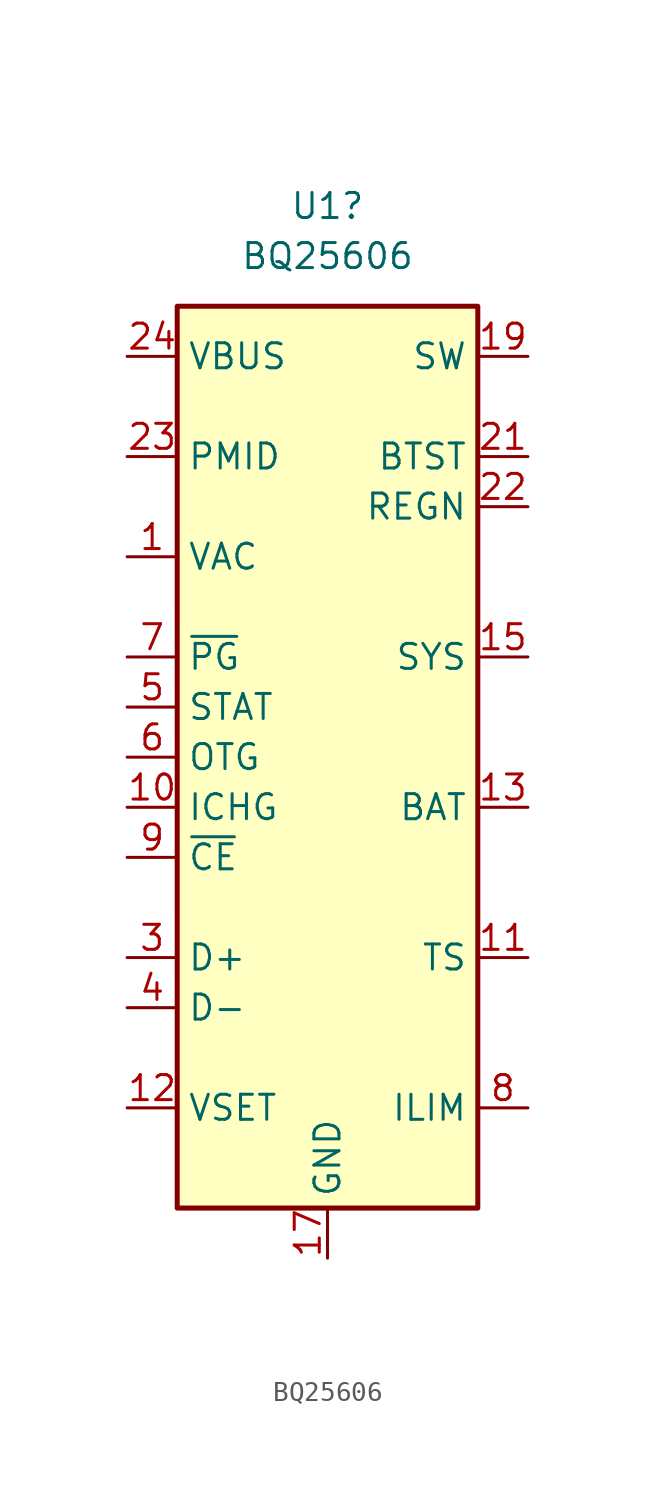
<source format=kicad_sym>
(kicad_symbol_lib
  (version 20231120)
  (generator "kicad_symbol_editor")
  (generator_version "8.0")
  (symbol "BQ25606"
    (property "Reference" "U1"
      (at 0 27.94 0)
      (effects (font (size 1.27 1.27))))
    (property "Value" "BQ25606"
      (at 0 25.4 0)
      (effects (font (size 1.27 1.27))))
    (symbol "BQ25606_0_1"
      (rectangle (start -7.62 22.86) (end 7.62 -22.86) (stroke (width 0.254) (type default)) (fill (type background))))
    (symbol "BQ25606_1_1"
      (pin input line (at -10.16 10.16 0) (length 2.54) (name "VAC" (effects (font (size 1.27 1.27)))) (number "1" (effects (font (size 1.27 1.27)))))
      (pin input line (at -10.16 -2.54 0) (length 2.54) (name "ICHG" (effects (font (size 1.27 1.27)))) (number "10" (effects (font (size 1.27 1.27)))))
      (pin input line (at 10.16 -10.16 180) (length 2.54) (name "TS" (effects (font (size 1.27 1.27)))) (number "11" (effects (font (size 1.27 1.27)))))
      (pin input line (at -10.16 -17.78 0) (length 2.54) (name "VSET" (effects (font (size 1.27 1.27)))) (number "12" (effects (font (size 1.27 1.27)))))
      (pin power_out line (at 10.16 -2.54 180) (length 2.54) (name "BAT" (effects (font (size 1.27 1.27)))) (number "13" (effects (font (size 1.27 1.27)))))
      (pin power_out line (at 10.16 -2.54 180) (length 2.54) hide (name "BAT" (effects (font (size 1.27 1.27)))) (number "14" (effects (font (size 1.27 1.27)))))
      (pin power_out line (at 10.16 5.08 180) (length 2.54) (name "SYS" (effects (font (size 1.27 1.27)))) (number "15" (effects (font (size 1.27 1.27)))))
      (pin power_out line (at 10.16 5.08 180) (length 2.54) hide (name "SYS" (effects (font (size 1.27 1.27)))) (number "16" (effects (font (size 1.27 1.27)))))
      (pin passive line (at 0 -25.4 90) (length 2.54) (name "GND" (effects (font (size 1.27 1.27)))) (number "17" (effects (font (size 1.27 1.27)))))
      (pin passive line (at 0 -25.4 90) (length 2.54) hide (name "GND" (effects (font (size 1.27 1.27)))) (number "18" (effects (font (size 1.27 1.27)))))
      (pin power_out line (at 10.16 20.32 180) (length 2.54) (name "SW" (effects (font (size 1.27 1.27)))) (number "19" (effects (font (size 1.27 1.27)))))
      (pin power_out line (at 10.16 20.32 180) (length 2.54) hide (name "SW" (effects (font (size 1.27 1.27)))) (number "20" (effects (font (size 1.27 1.27)))))
      (pin power_out line (at 10.16 15.24 180) (length 2.54) (name "BTST" (effects (font (size 1.27 1.27)))) (number "21" (effects (font (size 1.27 1.27)))))
      (pin power_out line (at 10.16 12.7 180) (length 2.54) (name "REGN" (effects (font (size 1.27 1.27)))) (number "22" (effects (font (size 1.27 1.27)))))
      (pin power_out line (at -10.16 15.24 0) (length 2.54) (name "PMID" (effects (font (size 1.27 1.27)))) (number "23" (effects (font (size 1.27 1.27)))))
      (pin power_in line (at -10.16 20.32 0) (length 2.54) (name "VBUS" (effects (font (size 1.27 1.27)))) (number "24" (effects (font (size 1.27 1.27)))))
      (pin passive line (at 0 -25.4 90) (length 2.54) hide (name "GND" (effects (font (size 1.27 1.27)))) (number "25" (effects (font (size 1.27 1.27)))))
      (pin bidirectional line (at -10.16 -10.16 0) (length 2.54) (name "D+" (effects (font (size 1.27 1.27)))) (number "3" (effects (font (size 1.27 1.27)))))
      (pin bidirectional line (at -10.16 -12.7 0) (length 2.54) (name "D-" (effects (font (size 1.27 1.27)))) (number "4" (effects (font (size 1.27 1.27)))))
      (pin output line (at -10.16 2.54 0) (length 2.54) (name "STAT" (effects (font (size 1.27 1.27)))) (number "5" (effects (font (size 1.27 1.27)))))
      (pin input line (at -10.16 0 0) (length 2.54) (name "OTG" (effects (font (size 1.27 1.27)))) (number "6" (effects (font (size 1.27 1.27)))))
      (pin open_collector line (at -10.16 5.08 0) (length 2.54) (name "~{PG}" (effects (font (size 1.27 1.27)))) (number "7" (effects (font (size 1.27 1.27)))))
      (pin input line (at 10.16 -17.78 180) (length 2.54) (name "ILIM" (effects (font (size 1.27 1.27)))) (number "8" (effects (font (size 1.27 1.27)))))
      (pin input line (at -10.16 -5.08 0) (length 2.54) (name "~{CE}" (effects (font (size 1.27 1.27)))) (number "9" (effects (font (size 1.27 1.27))))))))
</source>
